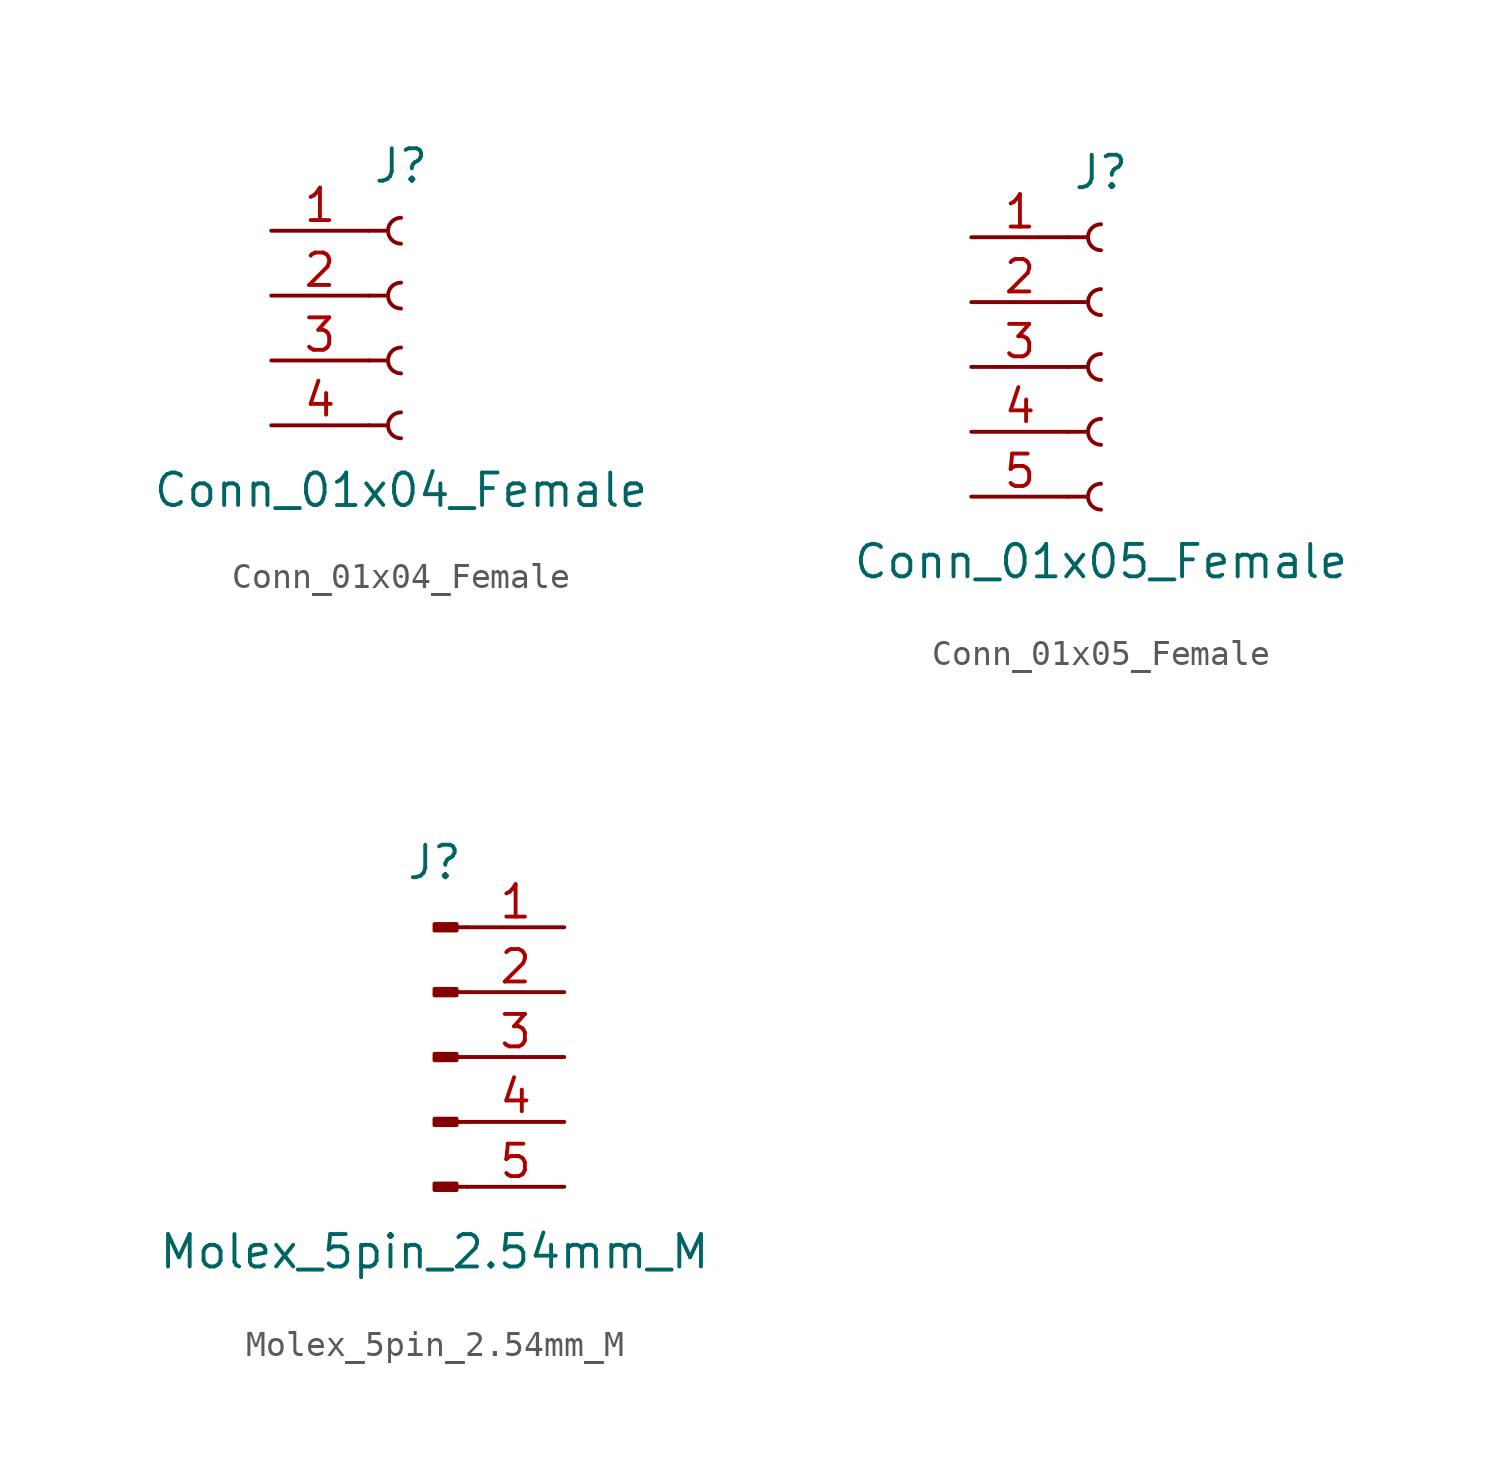
<source format=kicad_sym>
(kicad_symbol_lib
  (version 20211014)
  (generator kicad_symbol_editor)
  (symbol "Conn_01x04_Female"
    (pin_names
      (offset 1.016) hide)
    (property "Reference" "J"
      (at 0 5.08 0)
      (effects (font (size 1.27 1.27))))
    (property "Value" "Conn_01x04_Female"
      (at 0 -7.62 0)
      (effects (font (size 1.27 1.27))))
    (symbol "Conn_01x04_Female_1_1"
      (arc (start 0 -4.572) (mid -0.508 -5.08) (end 0 -5.588) (stroke (width 0.1524) (type default) (color 0 0 0 0)) (fill (type none)))
      (arc (start 0 -2.032) (mid -0.508 -2.54) (end 0 -3.048) (stroke (width 0.1524) (type default) (color 0 0 0 0)) (fill (type none)))
      (polyline (pts (xy -1.27 -5.08) (xy -0.508 -5.08)) (stroke (width 0.152) (type default) (color 0 0 0 0)) (fill (type none)))
      (polyline (pts (xy -1.27 -2.54) (xy -0.508 -2.54)) (stroke (width 0.152) (type default) (color 0 0 0 0)) (fill (type none)))
      (polyline (pts (xy -1.27 0) (xy -0.508 0)) (stroke (width 0.152) (type default) (color 0 0 0 0)) (fill (type none)))
      (polyline (pts (xy -1.27 2.54) (xy -0.508 2.54)) (stroke (width 0.152) (type default) (color 0 0 0 0)) (fill (type none)))
      (arc (start 0 0.508) (mid -0.508 0) (end 0 -0.508) (stroke (width 0.1524) (type default) (color 0 0 0 0)) (fill (type none)))
      (arc (start 0 3.048) (mid -0.508 2.54) (end 0 2.032) (stroke (width 0.1524) (type default) (color 0 0 0 0)) (fill (type none)))
      (pin passive line (at -5.08 2.54 0) (length 3.81) (name "Pin_1" (effects (font (size 1.27 1.27)))) (number "1" (effects (font (size 1.27 1.27)))))
      (pin passive line (at -5.08 0 0) (length 3.81) (name "Pin_2" (effects (font (size 1.27 1.27)))) (number "2" (effects (font (size 1.27 1.27)))))
      (pin passive line (at -5.08 -2.54 0) (length 3.81) (name "Pin_3" (effects (font (size 1.27 1.27)))) (number "3" (effects (font (size 1.27 1.27)))))
      (pin passive line (at -5.08 -5.08 0) (length 3.81) (name "Pin_4" (effects (font (size 1.27 1.27)))) (number "4" (effects (font (size 1.27 1.27)))))))
  (symbol "Conn_01x05_Female"
    (pin_names
      (offset 1.016) hide)
    (property "Reference" "J"
      (at 0 7.62 0)
      (effects (font (size 1.27 1.27))))
    (property "Value" "Conn_01x05_Female"
      (at 0 -7.62 0)
      (effects (font (size 1.27 1.27))))
    (symbol "Conn_01x05_Female_1_1"
      (arc (start 0 -4.572) (mid -0.508 -5.08) (end 0 -5.588) (stroke (width 0.1524) (type default) (color 0 0 0 0)) (fill (type none)))
      (arc (start 0 -2.032) (mid -0.508 -2.54) (end 0 -3.048) (stroke (width 0.1524) (type default) (color 0 0 0 0)) (fill (type none)))
      (polyline (pts (xy -1.27 -5.08) (xy -0.508 -5.08)) (stroke (width 0.152) (type default) (color 0 0 0 0)) (fill (type none)))
      (polyline (pts (xy -1.27 -2.54) (xy -0.508 -2.54)) (stroke (width 0.152) (type default) (color 0 0 0 0)) (fill (type none)))
      (polyline (pts (xy -1.27 0) (xy -0.508 0)) (stroke (width 0.152) (type default) (color 0 0 0 0)) (fill (type none)))
      (polyline (pts (xy -1.27 2.54) (xy -0.508 2.54)) (stroke (width 0.152) (type default) (color 0 0 0 0)) (fill (type none)))
      (polyline (pts (xy -1.27 5.08) (xy -0.508 5.08)) (stroke (width 0.152) (type default) (color 0 0 0 0)) (fill (type none)))
      (arc (start 0 0.508) (mid -0.508 0) (end 0 -0.508) (stroke (width 0.1524) (type default) (color 0 0 0 0)) (fill (type none)))
      (arc (start 0 3.048) (mid -0.508 2.54) (end 0 2.032) (stroke (width 0.1524) (type default) (color 0 0 0 0)) (fill (type none)))
      (arc (start 0 5.588) (mid -0.508 5.08) (end 0 4.572) (stroke (width 0.1524) (type default) (color 0 0 0 0)) (fill (type none)))
      (pin passive line (at -5.08 5.08 0) (length 3.81) (name "Pin_1" (effects (font (size 1.27 1.27)))) (number "1" (effects (font (size 1.27 1.27)))))
      (pin passive line (at -5.08 2.54 0) (length 3.81) (name "Pin_2" (effects (font (size 1.27 1.27)))) (number "2" (effects (font (size 1.27 1.27)))))
      (pin passive line (at -5.08 0 0) (length 3.81) (name "Pin_3" (effects (font (size 1.27 1.27)))) (number "3" (effects (font (size 1.27 1.27)))))
      (pin passive line (at -5.08 -2.54 0) (length 3.81) (name "Pin_4" (effects (font (size 1.27 1.27)))) (number "4" (effects (font (size 1.27 1.27)))))
      (pin passive line (at -5.08 -5.08 0) (length 3.81) (name "Pin_5" (effects (font (size 1.27 1.27)))) (number "5" (effects (font (size 1.27 1.27)))))))
  (symbol "Molex_5pin_2.54mm_M"
    (pin_names
      (offset 1.016) hide)
    (property "Reference" "J"
      (at 0 7.62 0)
      (effects (font (size 1.27 1.27))))
    (property "Value" "Molex_5pin_2.54mm_M"
      (at 0 -7.62 0)
      (effects (font (size 1.27 1.27))))
    (symbol "Molex_5pin_2.54mm_M_1_1"
      (polyline (pts (xy 1.27 -5.08) (xy 0.864 -5.08)) (stroke (width 0.152) (type default) (color 0 0 0 0)) (fill (type none)))
      (polyline (pts (xy 1.27 -2.54) (xy 0.864 -2.54)) (stroke (width 0.152) (type default) (color 0 0 0 0)) (fill (type none)))
      (polyline (pts (xy 1.27 0) (xy 0.864 0)) (stroke (width 0.152) (type default) (color 0 0 0 0)) (fill (type none)))
      (polyline (pts (xy 1.27 2.54) (xy 0.864 2.54)) (stroke (width 0.152) (type default) (color 0 0 0 0)) (fill (type none)))
      (polyline (pts (xy 1.27 5.08) (xy 0.864 5.08)) (stroke (width 0.152) (type default) (color 0 0 0 0)) (fill (type none)))
      (rectangle (start 0.864 -4.953) (end 0 -5.207) (stroke (width 0.152) (type default) (color 0 0 0 0)) (fill (type outline)))
      (rectangle (start 0.864 -2.413) (end 0 -2.667) (stroke (width 0.152) (type default) (color 0 0 0 0)) (fill (type outline)))
      (rectangle (start 0.864 0.127) (end 0 -0.127) (stroke (width 0.152) (type default) (color 0 0 0 0)) (fill (type outline)))
      (rectangle (start 0.864 2.667) (end 0 2.413) (stroke (width 0.152) (type default) (color 0 0 0 0)) (fill (type outline)))
      (rectangle (start 0.864 5.207) (end 0 4.953) (stroke (width 0.152) (type default) (color 0 0 0 0)) (fill (type outline)))
      (pin passive line (at 5.08 5.08 180) (length 3.81) (name "Pin_1" (effects (font (size 1.27 1.27)))) (number "1" (effects (font (size 1.27 1.27)))))
      (pin passive line (at 5.08 2.54 180) (length 3.81) (name "Pin_2" (effects (font (size 1.27 1.27)))) (number "2" (effects (font (size 1.27 1.27)))))
      (pin passive line (at 5.08 0 180) (length 3.81) (name "Pin_3" (effects (font (size 1.27 1.27)))) (number "3" (effects (font (size 1.27 1.27)))))
      (pin passive line (at 5.08 -2.54 180) (length 3.81) (name "Pin_4" (effects (font (size 1.27 1.27)))) (number "4" (effects (font (size 1.27 1.27)))))
      (pin passive line (at 5.08 -5.08 180) (length 3.81) (name "Pin_5" (effects (font (size 1.27 1.27)))) (number "5" (effects (font (size 1.27 1.27))))))))
</source>
